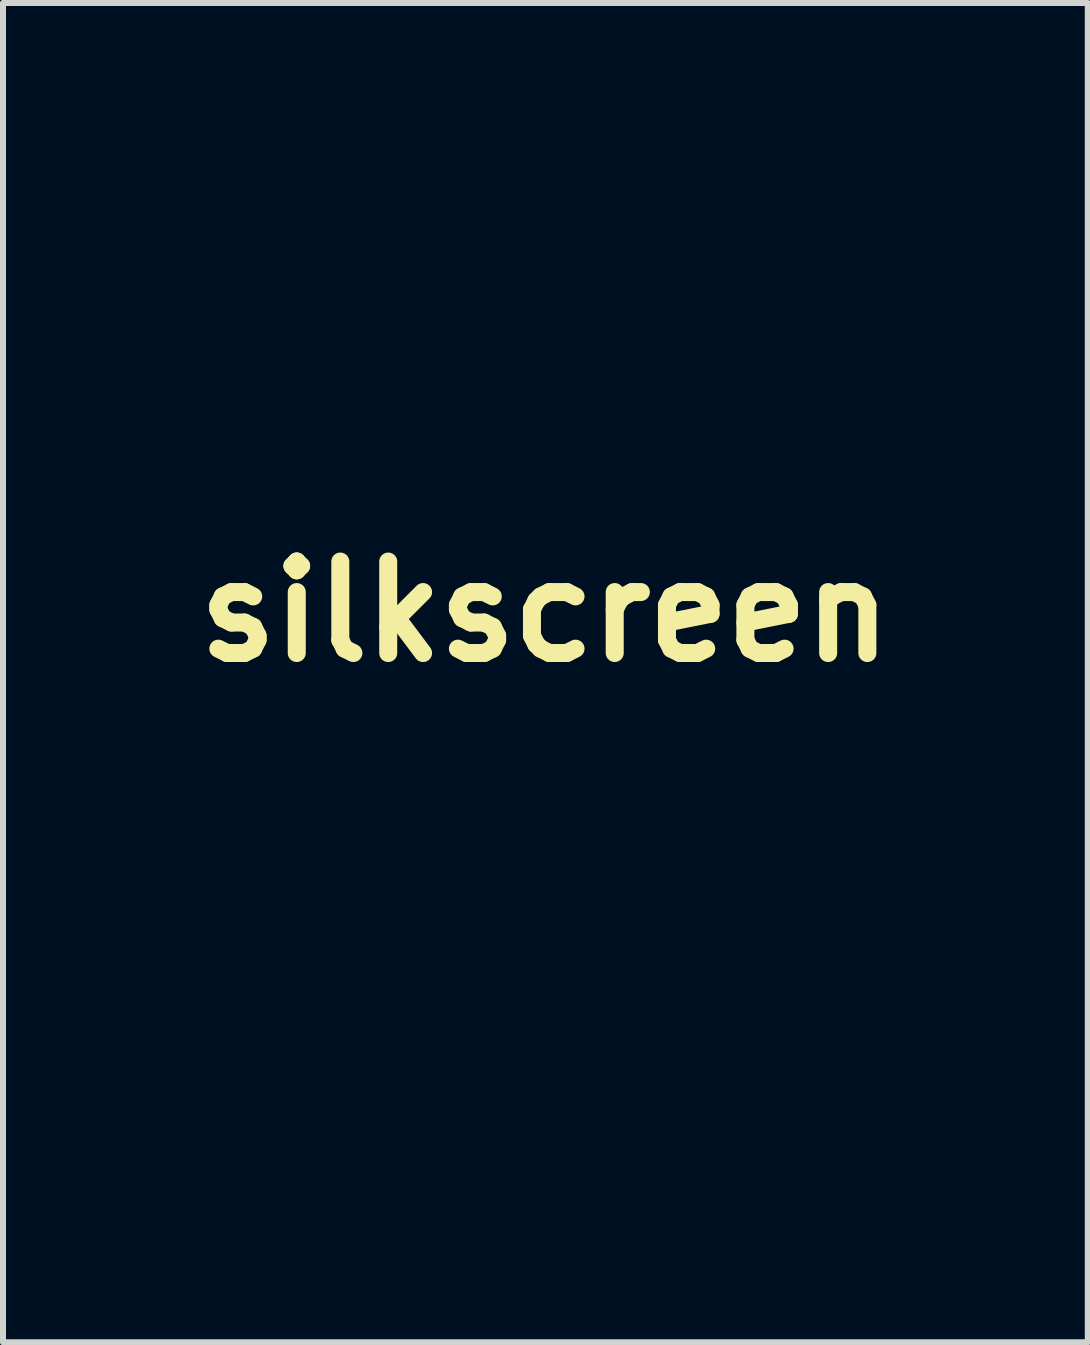
<source format=kicad_pcb>
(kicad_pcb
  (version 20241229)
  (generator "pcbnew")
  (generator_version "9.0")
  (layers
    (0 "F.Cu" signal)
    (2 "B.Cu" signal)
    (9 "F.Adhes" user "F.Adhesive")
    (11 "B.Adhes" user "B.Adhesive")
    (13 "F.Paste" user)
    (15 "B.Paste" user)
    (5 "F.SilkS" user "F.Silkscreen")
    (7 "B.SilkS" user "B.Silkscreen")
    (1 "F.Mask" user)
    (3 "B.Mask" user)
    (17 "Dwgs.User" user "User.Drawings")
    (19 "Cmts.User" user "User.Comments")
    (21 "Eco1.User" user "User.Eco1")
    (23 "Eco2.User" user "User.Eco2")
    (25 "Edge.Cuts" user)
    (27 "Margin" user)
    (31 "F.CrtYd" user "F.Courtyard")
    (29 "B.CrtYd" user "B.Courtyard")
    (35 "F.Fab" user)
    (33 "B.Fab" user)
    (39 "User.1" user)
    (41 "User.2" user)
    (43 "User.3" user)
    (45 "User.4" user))
  (footprint "silkscreen"
    (layer "F.Cu")
    (at 6.031 7.141)
    (property "Reference" "silkscreen" (at 0 0 0) (layer "F.SilkS") (effects (font (size 1.524 1.524) (thickness 0.3))))
    (attr through_hole)
    (fp_poly (pts (xy -3.796 4.088) (xy -3.756 4.333) (xy -3.738 4.661) (xy -3.745 5.006) (xy -3.771 5.243) (xy -3.82 5.408) (xy -3.879 5.424) (xy -3.931 5.295) (xy -3.943 5.222) (xy -3.971 4.87) (xy -3.969 4.513) (xy -3.94 4.212) (xy -3.889 4.024) (xy -3.852 3.991) (xy -3.796 4.088)) (stroke (width 0.01) (type solid)) (fill no) (layer "Eco2.User"))
    (fp_poly (pts (xy -3.796 6.144) (xy -3.756 6.389) (xy -3.738 6.717) (xy -3.745 7.062) (xy -3.771 7.299) (xy -3.82 7.464) (xy -3.879 7.481) (xy -3.931 7.351) (xy -3.943 7.278) (xy -3.971 6.926) (xy -3.969 6.57) (xy -3.94 6.268) (xy -3.889 6.08) (xy -3.852 6.048) (xy -3.796 6.144)) (stroke (width 0.01) (type solid)) (fill no) (layer "Eco2.User"))
    (fp_poly (pts (xy -2.229 -7.043) (xy -2.189 -6.791) (xy -2.177 -6.471) (xy -2.189 -6.162) (xy -2.206 -5.996) (xy -2.251 -5.841) (xy -2.309 -5.818) (xy -2.363 -5.923) (xy -2.383 -6.027) (xy -2.41 -6.364) (xy -2.405 -6.693) (xy -2.374 -6.962) (xy -2.321 -7.118) (xy -2.29 -7.136) (xy -2.229 -7.043)) (stroke (width 0.01) (type solid)) (fill no) (layer "Eco2.User"))
    (fp_poly (pts (xy -1.231 2.27) (xy -1.191 2.523) (xy -1.179 2.842) (xy -1.191 3.152) (xy -1.208 3.318) (xy -1.253 3.472) (xy -1.311 3.496) (xy -1.365 3.391) (xy -1.385 3.286) (xy -1.412 2.95) (xy -1.407 2.62) (xy -1.376 2.351) (xy -1.323 2.196) (xy -1.293 2.177) (xy -1.231 2.27)) (stroke (width 0.01) (type solid)) (fill no) (layer "Eco2.User"))
    (fp_poly (pts (xy -2.159 4.65) (xy -2.159 5.483) (xy -2.158 6.107) (xy -2.156 6.556) (xy -2.153 6.863) (xy -2.147 7.061) (xy -2.139 7.184) (xy -2.128 7.265) (xy -2.119 7.311) (xy -2.104 7.393) (xy -2.103 7.446) (xy -2.123 7.477) (xy -2.168 7.491) (xy -2.242 7.493) (xy -2.277 7.491) (xy -2.367 7.481) (xy -2.422 7.457) (xy -2.443 7.418) (xy -2.436 7.374) (xy -2.422 7.331) (xy -2.411 7.263) (xy -2.404 7.138) (xy -2.399 6.923) (xy -2.397 6.586) (xy -2.395 6.094) (xy -2.395 5.413) (xy -2.395 4.86) (xy -2.395 4.041) (xy -2.396 3.431) (xy -2.397 2.997) (xy -2.401 2.705) (xy -2.407 2.523) (xy -2.415 2.418) (xy -2.427 2.356) (xy -2.436 2.325) (xy -2.449 2.261) (xy -2.439 2.22) (xy -2.401 2.197) (xy -2.332 2.186) (xy -2.318 2.185) (xy -2.159 2.177) (xy -2.159 4.65)) (stroke (width 0.01) (type solid)) (fill no) (layer "Eco2.User"))
    (fp_poly (pts (xy -0.653 -4.664) (xy -0.653 -3.831) (xy -0.652 -3.206) (xy -0.65 -2.757) (xy -0.647 -2.45) (xy -0.641 -2.252) (xy -0.633 -2.129) (xy -0.622 -2.048) (xy -0.613 -2.003) (xy -0.598 -1.921) (xy -0.598 -1.867) (xy -0.617 -1.836) (xy -0.662 -1.823) (xy -0.736 -1.821) (xy -0.772 -1.822) (xy -0.861 -1.833) (xy -0.916 -1.857) (xy -0.937 -1.895) (xy -0.93 -1.939) (xy -0.916 -1.983) (xy -0.906 -2.051) (xy -0.898 -2.176) (xy -0.894 -2.39) (xy -0.891 -2.727) (xy -0.889 -3.22) (xy -0.889 -3.9) (xy -0.889 -4.453) (xy -0.889 -5.272) (xy -0.89 -5.882) (xy -0.892 -6.316) (xy -0.895 -6.608) (xy -0.901 -6.79) (xy -0.909 -6.896) (xy -0.921 -6.957) (xy -0.93 -6.989) (xy -0.943 -7.052) (xy -0.933 -7.093) (xy -0.895 -7.116) (xy -0.826 -7.127) (xy -0.812 -7.128) (xy -0.653 -7.136) (xy -0.653 -4.664)) (stroke (width 0.01) (type solid)) (fill no) (layer "Eco2.User"))
    (fp_poly (pts (xy -1.112 -5.231) (xy -1.033 -4.967) (xy -0.979 -4.542) (xy -0.97 -4.416) (xy -0.952 -4.11) (xy -0.944 -3.895) (xy -0.943 -3.874) (xy -0.961 -3.813) (xy -1.01 -3.771) (xy -1.087 -3.751) (xy -1.116 -3.75) (xy -1.289 -3.75) (xy -1.278 -3.417) (xy -1.248 -2.794) (xy -1.207 -2.397) (xy -1.155 -2.228) (xy -1.093 -2.289) (xy -1.074 -2.348) (xy -1.032 -2.548) (xy -1.007 -2.772) (xy -1.007 -2.781) (xy -0.987 -2.977) (xy -0.969 -3.024) (xy -0.955 -2.948) (xy -0.962 -2.758) (xy -0.985 -2.508) (xy -1.019 -2.252) (xy -1.058 -2.051) (xy -1.128 -1.877) (xy -1.215 -1.815) (xy -1.304 -1.867) (xy -1.378 -2.026) (xy -1.454 -2.388) (xy -1.499 -2.862) (xy -1.515 -3.475) (xy -1.515 -3.547) (xy -1.507 -3.87) (xy -1.285 -3.87) (xy -1.156 -3.87) (xy -1.166 -4.43) (xy -1.181 -4.882) (xy -1.204 -5.111) (xy -1.231 -5.118) (xy -1.255 -4.906) (xy -1.273 -4.476) (xy -1.275 -4.385) (xy -1.285 -3.87) (xy -1.507 -3.87) (xy -1.5 -4.199) (xy -1.456 -4.714) (xy -1.385 -5.079) (xy -1.289 -5.282) (xy -1.213 -5.321) (xy -1.112 -5.231)) (stroke (width 0.01) (type solid)) (fill no) (layer "Eco2.User"))
    (fp_poly (pts (xy 0.013 4.083) (xy 0.092 4.346) (xy 0.146 4.771) (xy 0.155 4.897) (xy 0.173 5.204) (xy 0.181 5.418) (xy 0.181 5.439) (xy 0.164 5.5) (xy 0.115 5.543) (xy 0.038 5.563) (xy 0.009 5.564) (xy -0.164 5.564) (xy -0.153 5.896) (xy -0.123 6.519) (xy -0.082 6.916) (xy -0.03 7.085) (xy 0.032 7.024) (xy 0.051 6.966) (xy 0.093 6.765) (xy 0.117 6.542) (xy 0.118 6.533) (xy 0.138 6.336) (xy 0.156 6.29) (xy 0.17 6.365) (xy 0.163 6.555) (xy 0.14 6.805) (xy 0.106 7.061) (xy 0.067 7.262) (xy -0.003 7.437) (xy -0.09 7.498) (xy -0.18 7.446) (xy -0.253 7.287) (xy -0.329 6.926) (xy -0.374 6.451) (xy -0.39 5.838) (xy -0.39 5.767) (xy -0.383 5.443) (xy -0.16 5.443) (xy -0.032 5.443) (xy -0.041 4.884) (xy -0.056 4.431) (xy -0.08 4.202) (xy -0.106 4.195) (xy -0.131 4.408) (xy -0.148 4.837) (xy -0.15 4.929) (xy -0.16 5.443) (xy -0.383 5.443) (xy -0.375 5.114) (xy -0.331 4.599) (xy -0.26 4.234) (xy -0.164 4.031) (xy -0.088 3.992) (xy 0.013 4.083)) (stroke (width 0.01) (type solid)) (fill no) (layer "Eco2.User"))
    (fp_poly (pts (xy 2.39 -5.231) (xy 2.469 -4.967) (xy 2.523 -4.542) (xy 2.532 -4.416) (xy 2.549 -4.11) (xy 2.558 -3.895) (xy 2.558 -3.874) (xy 2.541 -3.813) (xy 2.491 -3.771) (xy 2.414 -3.751) (xy 2.385 -3.75) (xy 2.213 -3.75) (xy 2.224 -3.417) (xy 2.253 -2.794) (xy 2.295 -2.397) (xy 2.346 -2.228) (xy 2.409 -2.289) (xy 2.428 -2.348) (xy 2.469 -2.548) (xy 2.494 -2.772) (xy 2.495 -2.781) (xy 2.515 -2.977) (xy 2.533 -3.024) (xy 2.547 -2.948) (xy 2.54 -2.758) (xy 2.517 -2.508) (xy 2.482 -2.252) (xy 2.444 -2.051) (xy 2.374 -1.877) (xy 2.286 -1.815) (xy 2.197 -1.867) (xy 2.124 -2.026) (xy 2.048 -2.388) (xy 2.003 -2.862) (xy 1.987 -3.475) (xy 1.987 -3.547) (xy 1.994 -3.87) (xy 2.217 -3.87) (xy 2.345 -3.87) (xy 2.336 -4.43) (xy 2.32 -4.882) (xy 2.297 -5.111) (xy 2.271 -5.118) (xy 2.246 -4.906) (xy 2.228 -4.476) (xy 2.226 -4.385) (xy 2.217 -3.87) (xy 1.994 -3.87) (xy 2.002 -4.199) (xy 2.046 -4.714) (xy 2.117 -5.079) (xy 2.213 -5.282) (xy 2.289 -5.321) (xy 2.39 -5.231)) (stroke (width 0.01) (type solid)) (fill no) (layer "Eco2.User"))
    (fp_poly (pts (xy 4.949 -7.115) (xy 5.073 -7.009) (xy 5.166 -6.784) (xy 5.228 -6.435) (xy 5.26 -5.962) (xy 5.265 -5.624) (xy 5.258 -5.249) (xy 5.233 -4.913) (xy 5.188 -4.597) (xy 5.117 -4.28) (xy 5.019 -3.942) (xy 4.906 -3.61) (xy 4.835 -3.41) (xy 4.989 -3.4) (xy 5.085 -3.403) (xy 5.152 -3.435) (xy 5.195 -3.51) (xy 5.223 -3.643) (xy 5.241 -3.848) (xy 5.246 -3.944) (xy 5.267 -4.236) (xy 5.285 -4.349) (xy 5.296 -4.267) (xy 5.298 -4.153) (xy 5.294 -3.948) (xy 5.286 -3.573) (xy 5.273 -3.095) (xy 5.267 -2.883) (xy 5.236 -1.814) (xy 4.547 -1.814) (xy 4.748 -3.175) (xy 4.825 -3.702) (xy 4.88 -4.098) (xy 4.918 -4.4) (xy 4.942 -4.647) (xy 4.957 -4.876) (xy 4.967 -5.124) (xy 4.969 -5.167) (xy 4.978 -5.803) (xy 4.965 -6.321) (xy 4.932 -6.697) (xy 4.882 -6.905) (xy 4.818 -6.918) (xy 4.78 -6.84) (xy 4.736 -6.684) (xy 4.72 -6.512) (xy 4.72 -6.383) (xy 4.74 -6.144) (xy 4.772 -6.069) (xy 4.826 -5.926) (xy 4.856 -5.653) (xy 4.857 -5.314) (xy 4.828 -4.975) (xy 4.826 -4.959) (xy 4.774 -4.753) (xy 4.713 -4.715) (xy 4.653 -4.823) (xy 4.604 -5.054) (xy 4.575 -5.383) (xy 4.572 -5.557) (xy 4.588 -5.987) (xy 4.632 -6.416) (xy 4.696 -6.778) (xy 4.727 -6.898) (xy 4.779 -7.04) (xy 4.831 -7.112) (xy 4.896 -7.127) (xy 4.949 -7.115)) (stroke (width 0.01) (type solid)) (fill no) (layer "Eco2.User"))
    (fp_poly (pts (xy -4.744 -3.956) (xy -4.739 -5.183) (xy -4.739 -5.726) (xy -4.742 -6.195) (xy -4.747 -6.527) (xy -4.752 -6.636) (xy -4.782 -6.822) (xy -4.828 -6.959) (xy -4.83 -6.962) (xy -4.864 -7.024) (xy -4.87 -7.059) (xy -4.844 -7.084) (xy -4.803 -7.106) (xy -4.727 -7.125) (xy -4.647 -7.116) (xy -4.631 -7.11) (xy -4.545 -7.071) (xy -4.608 -6.946) (xy -4.662 -6.757) (xy -4.683 -6.525) (xy -4.687 -6.311) (xy -4.691 -5.901) (xy -4.694 -5.339) (xy -4.696 -4.67) (xy -4.697 -4.022) (xy -4.699 -1.814) (xy -4.853 -1.816) (xy -5.098 -3.951) (xy -5.343 -6.086) (xy -5.348 -4.494) (xy -5.349 -3.658) (xy -5.347 -3.033) (xy -5.339 -2.592) (xy -5.326 -2.304) (xy -5.306 -2.142) (xy -5.278 -2.076) (xy -5.237 -2.002) (xy -5.217 -1.925) (xy -5.225 -1.873) (xy -5.266 -1.836) (xy -5.334 -1.818) (xy -5.371 -1.816) (xy -5.455 -1.827) (xy -5.504 -1.856) (xy -5.519 -1.906) (xy -5.515 -1.935) (xy -5.474 -2.041) (xy -5.457 -2.054) (xy -5.433 -2.093) (xy -5.416 -2.223) (xy -5.403 -2.475) (xy -5.395 -2.875) (xy -5.39 -3.451) (xy -5.389 -4.233) (xy -5.388 -4.509) (xy -5.389 -5.29) (xy -5.391 -5.866) (xy -5.397 -6.274) (xy -5.408 -6.552) (xy -5.426 -6.737) (xy -5.452 -6.866) (xy -5.488 -6.977) (xy -5.498 -7.001) (xy -5.508 -7.053) (xy -5.492 -7.09) (xy -5.447 -7.114) (xy -5.37 -7.126) (xy -5.324 -7.129) (xy -5.106 -7.136) (xy -4.744 -3.956)) (stroke (width 0.01) (type solid)) (fill no) (layer "Eco2.User"))
    (fp_poly (pts (xy -4.418 4.006) (xy -4.34 4.013) (xy -4.281 4.028) (xy -4.246 4.049) (xy -4.241 4.072) (xy -4.259 4.198) (xy -4.26 4.452) (xy -4.244 4.867) (xy -4.229 5.14) (xy -4.206 5.477) (xy -4.19 5.601) (xy -4.184 5.564) (xy -4.16 5.134) (xy -4.14 4.739) (xy -4.127 4.439) (xy -4.122 4.297) (xy -4.123 4.293) (xy -4.14 4.222) (xy -4.164 4.134) (xy -4.177 4.062) (xy -4.166 4.022) (xy -4.126 4.007) (xy -4.082 4.008) (xy -4.022 4.018) (xy -3.993 4.041) (xy -3.993 4.085) (xy -4.011 4.14) (xy -4.03 4.221) (xy -4.05 4.377) (xy -4.073 4.642) (xy -4.101 5.045) (xy -4.137 5.62) (xy -4.173 6.203) (xy -4.229 7.127) (xy -4.278 7.844) (xy -4.321 8.378) (xy -4.36 8.754) (xy -4.399 8.995) (xy -4.439 9.126) (xy -4.474 9.168) (xy -4.534 9.15) (xy -4.573 9.006) (xy -4.577 8.977) (xy -4.603 8.637) (xy -4.605 8.254) (xy -4.58 7.936) (xy -4.58 7.931) (xy -4.539 7.791) (xy -4.485 7.746) (xy -4.434 7.799) (xy -4.412 7.886) (xy -4.395 8.113) (xy -4.39 8.34) (xy -4.388 8.553) (xy -4.378 8.543) (xy -4.362 8.406) (xy -4.341 8.188) (xy -4.33 7.963) (xy -4.33 7.69) (xy -4.343 7.33) (xy -4.368 6.841) (xy -4.408 6.182) (xy -4.419 6) (xy -4.465 5.298) (xy -4.5 4.794) (xy -4.529 4.455) (xy -4.554 4.251) (xy -4.57 4.172) (xy -4.588 4.098) (xy -4.589 4.049) (xy -4.568 4.021) (xy -4.522 4.008) (xy -4.445 4.005) (xy -4.418 4.006)) (stroke (width 0.01) (type solid)) (fill no) (layer "Eco2.User"))
    (fp_poly (pts (xy -5.026 2.187) (xy -4.919 2.203) (xy -4.838 2.241) (xy -4.779 2.308) (xy -4.737 2.41) (xy -4.707 2.555) (xy -4.685 2.75) (xy -4.672 2.899) (xy -4.648 3.423) (xy -4.656 3.906) (xy -4.695 4.305) (xy -4.741 4.518) (xy -4.796 4.696) (xy -4.732 4.875) (xy -4.661 5.173) (xy -4.62 5.598) (xy -4.608 6.133) (xy -4.616 6.565) (xy -4.646 6.923) (xy -4.661 7.044) (xy -4.714 7.439) (xy -5.119 7.463) (xy -5.25 7.47) (xy -5.348 7.47) (xy -5.416 7.463) (xy -5.458 7.447) (xy -5.478 7.422) (xy -5.478 7.405) (xy -5.098 7.405) (xy -5.03 7.322) (xy -4.981 7.241) (xy -4.949 7.148) (xy -4.945 7.131) (xy -4.929 6.909) (xy -4.921 6.55) (xy -4.921 6.118) (xy -4.926 5.678) (xy -4.938 5.296) (xy -4.954 5.036) (xy -4.971 4.959) (xy -4.997 4.937) (xy -5.041 4.885) (xy -5.041 4.883) (xy -5.098 4.808) (xy -5.098 7.405) (xy -5.478 7.405) (xy -5.478 7.385) (xy -5.462 7.335) (xy -5.461 7.331) (xy -5.397 7.175) (xy -5.397 4.743) (xy -5.098 4.743) (xy -5.048 4.66) (xy -5.003 4.554) (xy -4.976 4.451) (xy -4.962 4.256) (xy -4.955 3.905) (xy -4.953 3.481) (xy -4.958 3.067) (xy -4.968 2.746) (xy -4.976 2.638) (xy -5.01 2.468) (xy -5.048 2.371) (xy -5.098 2.293) (xy -5.098 4.743) (xy -5.397 4.743) (xy -5.397 2.501) (xy -5.461 2.348) (xy -5.479 2.296) (xy -5.48 2.257) (xy -5.463 2.228) (xy -5.422 2.209) (xy -5.354 2.197) (xy -5.256 2.189) (xy -5.165 2.186) (xy -5.026 2.187)) (stroke (width 0.01) (type solid)) (fill no) (layer "Eco2.User"))
    (fp_poly (pts (xy -2.904 2.187) (xy -2.796 2.203) (xy -2.716 2.241) (xy -2.657 2.308) (xy -2.615 2.41) (xy -2.585 2.555) (xy -2.562 2.75) (xy -2.549 2.899) (xy -2.525 3.423) (xy -2.533 3.906) (xy -2.572 4.305) (xy -2.618 4.518) (xy -2.673 4.696) (xy -2.609 4.875) (xy -2.538 5.173) (xy -2.498 5.598) (xy -2.486 6.133) (xy -2.494 6.565) (xy -2.523 6.923) (xy -2.538 7.044) (xy -2.591 7.439) (xy -2.997 7.463) (xy -3.127 7.47) (xy -3.225 7.47) (xy -3.293 7.463) (xy -3.336 7.447) (xy -3.355 7.422) (xy -3.355 7.405) (xy -2.975 7.405) (xy -2.907 7.322) (xy -2.859 7.241) (xy -2.826 7.148) (xy -2.823 7.131) (xy -2.807 6.909) (xy -2.799 6.55) (xy -2.798 6.118) (xy -2.804 5.678) (xy -2.815 5.296) (xy -2.831 5.036) (xy -2.848 4.959) (xy -2.874 4.937) (xy -2.918 4.885) (xy -2.919 4.883) (xy -2.975 4.808) (xy -2.975 7.405) (xy -3.355 7.405) (xy -3.355 7.385) (xy -3.34 7.335) (xy -3.338 7.331) (xy -3.275 7.175) (xy -3.275 4.743) (xy -2.975 4.743) (xy -2.926 4.66) (xy -2.88 4.554) (xy -2.853 4.451) (xy -2.84 4.256) (xy -2.832 3.905) (xy -2.831 3.481) (xy -2.835 3.067) (xy -2.845 2.746) (xy -2.853 2.638) (xy -2.887 2.468) (xy -2.926 2.371) (xy -2.975 2.293) (xy -2.975 4.743) (xy -3.275 4.743) (xy -3.275 2.501) (xy -3.338 2.348) (xy -3.356 2.296) (xy -3.358 2.257) (xy -3.34 2.228) (xy -3.299 2.209) (xy -3.231 2.197) (xy -3.133 2.189) (xy -3.043 2.186) (xy -2.904 2.187)) (stroke (width 0.01) (type solid)) (fill no) (layer "Eco2.User"))
    (fp_poly (pts (xy 0.245 -5.594) (xy 0.3 -4.626) (xy 0.343 -3.859) (xy 0.377 -3.268) (xy 0.403 -2.83) (xy 0.423 -2.518) (xy 0.44 -2.309) (xy 0.453 -2.177) (xy 0.466 -2.098) (xy 0.48 -2.047) (xy 0.496 -2.001) (xy 0.515 -1.938) (xy 0.518 -1.893) (xy 0.502 -1.864) (xy 0.462 -1.846) (xy 0.395 -1.838) (xy 0.297 -1.836) (xy 0.272 -1.837) (xy 0.166 -1.84) (xy 0.094 -1.851) (xy 0.051 -1.87) (xy 0.034 -1.9) (xy 0.041 -1.942) (xy 0.052 -1.969) (xy 0.092 -2.08) (xy 0.106 -2.228) (xy 0.103 -2.47) (xy 0.09 -2.866) (xy 0.075 -3.175) (xy 0.059 -3.375) (xy 0.036 -3.474) (xy -0.007 -3.506) (xy -0.035 -3.508) (xy -0.089 -3.498) (xy -0.118 -3.439) (xy -0.134 -3.281) (xy -0.144 -3.054) (xy -0.161 -2.526) (xy -0.159 -2.197) (xy -0.139 -2.06) (xy -0.132 -2.054) (xy -0.088 -1.988) (xy -0.073 -1.935) (xy -0.072 -1.876) (xy -0.106 -1.837) (xy -0.173 -1.818) (xy -0.213 -1.816) (xy -0.286 -1.821) (xy -0.343 -1.835) (xy -0.376 -1.857) (xy -0.381 -1.87) (xy -0.365 -1.933) (xy -0.326 -2.023) (xy -0.311 -2.052) (xy -0.24 -2.179) (xy -0.165 -3.668) (xy -0.109 -3.668) (xy -0.093 -3.644) (xy -0.052 -3.63) (xy -0.03 -3.629) (xy 0.049 -3.629) (xy 0.011 -4.35) (xy -0.01 -4.707) (xy -0.028 -4.935) (xy -0.038 -4.985) (xy -0.049 -4.842) (xy -0.065 -4.554) (xy -0.084 -4.209) (xy -0.1 -3.892) (xy -0.108 -3.69) (xy -0.109 -3.668) (xy -0.165 -3.668) (xy -0.115 -4.658) (xy 0.009 -7.136) (xy 0.084 -7.136) (xy 0.159 -7.136) (xy 0.245 -5.594)) (stroke (width 0.01) (type solid)) (fill no) (layer "Eco2.User"))
    (fp_poly (pts (xy 5.829 -7.067) (xy 5.915 -6.865) (xy 5.973 -6.539) (xy 5.976 -6.517) (xy 6.001 -6.103) (xy 6.002 -5.654) (xy 5.977 -5.266) (xy 5.968 -5.191) (xy 5.943 -4.996) (xy 5.945 -4.867) (xy 5.956 -4.798) (xy 6.011 -4.354) (xy 6.038 -3.808) (xy 6.036 -3.225) (xy 6.005 -2.684) (xy 5.945 -2.259) (xy 5.858 -1.973) (xy 5.747 -1.834) (xy 5.697 -1.822) (xy 5.624 -1.85) (xy 5.558 -1.92) (xy 5.52 -1.994) (xy 5.437 -2.33) (xy 5.387 -2.755) (xy 5.378 -3.007) (xy 5.47 -3.007) (xy 5.471 -2.974) (xy 5.502 -2.592) (xy 5.556 -2.259) (xy 5.617 -2.06) (xy 5.665 -1.973) (xy 5.697 -1.962) (xy 5.732 -2.032) (xy 5.759 -2.106) (xy 5.813 -2.344) (xy 5.836 -2.654) (xy 5.826 -2.998) (xy 5.826 -2.999) (xy 5.804 -3.218) (xy 5.773 -3.396) (xy 5.725 -3.568) (xy 5.652 -3.768) (xy 5.636 -3.809) (xy 5.514 -4.115) (xy 5.487 -3.689) (xy 5.472 -3.329) (xy 5.47 -3.007) (xy 5.378 -3.007) (xy 5.37 -3.257) (xy 5.376 -3.621) (xy 5.399 -3.868) (xy 5.423 -4.004) (xy 5.477 -4.266) (xy 5.441 -4.586) (xy 5.401 -5.109) (xy 5.395 -5.629) (xy 5.417 -6.116) (xy 5.444 -6.343) (xy 5.628 -6.343) (xy 5.635 -5.992) (xy 5.668 -5.708) (xy 5.734 -5.464) (xy 5.762 -5.39) (xy 5.832 -5.253) (xy 5.879 -5.266) (xy 5.908 -5.439) (xy 5.921 -5.64) (xy 5.925 -6.122) (xy 5.897 -6.517) (xy 5.838 -6.804) (xy 5.811 -6.874) (xy 5.734 -6.958) (xy 5.675 -6.863) (xy 5.638 -6.602) (xy 5.628 -6.343) (xy 5.444 -6.343) (xy 5.466 -6.54) (xy 5.539 -6.871) (xy 5.63 -7.079) (xy 5.718 -7.136) (xy 5.829 -7.067)) (stroke (width 0.01) (type solid)) (fill no) (layer "Eco2.User"))
    (fp_poly (pts (xy -1.658 4.087) (xy -1.592 4.284) (xy -1.567 4.417) (xy -1.547 4.578) (xy -1.534 4.761) (xy -1.527 5.026) (xy -1.524 5.434) (xy -1.524 5.81) (xy -1.523 6.357) (xy -1.518 6.694) (xy -1.51 6.849) (xy -1.501 6.865) (xy -1.481 6.718) (xy -1.473 6.552) (xy -1.461 6.327) (xy -1.445 6.315) (xy -1.435 6.5) (xy -1.433 6.631) (xy -1.449 7.035) (xy -1.494 7.329) (xy -1.562 7.483) (xy -1.596 7.499) (xy -1.66 7.45) (xy -1.705 7.321) (xy -1.707 7.306) (xy -1.734 7.18) (xy -1.759 7.21) (xy -1.781 7.306) (xy -1.829 7.434) (xy -1.894 7.492) (xy -1.959 7.476) (xy -2.01 7.384) (xy -2.019 7.348) (xy -2.055 7.04) (xy -2.074 6.638) (xy -2.072 6.395) (xy -1.832 6.395) (xy -1.829 6.831) (xy -1.818 7.047) (xy -1.799 7.064) (xy -1.784 6.999) (xy -1.769 6.786) (xy -1.761 6.392) (xy -1.76 6.21) (xy -1.761 5.838) (xy -1.766 5.661) (xy -1.778 5.632) (xy -1.796 5.685) (xy -1.82 5.826) (xy -1.83 6.079) (xy -1.832 6.395) (xy -2.072 6.395) (xy -2.07 6.261) (xy -2.07 6.254) (xy -2.043 5.944) (xy -2.001 5.748) (xy -1.936 5.633) (xy -1.902 5.603) (xy -1.83 5.526) (xy -1.786 5.406) (xy -1.765 5.209) (xy -1.76 4.907) (xy -1.767 4.547) (xy -1.786 4.277) (xy -1.811 4.149) (xy -1.834 4.2) (xy -1.846 4.353) (xy -1.831 4.541) (xy -1.826 4.576) (xy -1.805 4.859) (xy -1.815 5.117) (xy -1.853 5.318) (xy -1.914 5.43) (xy -1.947 5.443) (xy -2.008 5.365) (xy -2.042 5.143) (xy -2.047 4.827) (xy -2.023 4.509) (xy -1.972 4.26) (xy -1.902 4.086) (xy -1.821 3.995) (xy -1.737 3.993) (xy -1.658 4.087)) (stroke (width 0.01) (type solid)) (fill no) (layer "Eco2.User"))
    (fp_poly (pts (xy -4.141 -5.23) (xy -4.062 -4.96) (xy -4.007 -4.52) (xy -3.998 -4.391) (xy -3.97 -3.949) (xy -3.942 -4.337) (xy -3.89 -4.818) (xy -3.816 -5.13) (xy -3.715 -5.287) (xy -3.691 -5.301) (xy -3.576 -5.264) (xy -3.485 -5.044) (xy -3.416 -4.639) (xy -3.409 -4.576) (xy -3.368 -4.018) (xy -3.36 -3.455) (xy -3.381 -2.923) (xy -3.427 -2.458) (xy -3.497 -2.095) (xy -3.585 -1.87) (xy -3.664 -1.814) (xy -3.773 -1.908) (xy -3.861 -2.178) (xy -3.926 -2.61) (xy -3.964 -3.185) (xy -3.968 -3.325) (xy -3.974 -3.598) (xy -3.719 -3.598) (xy -3.716 -2.846) (xy -3.706 -2.325) (xy -3.688 -2.024) (xy -3.665 -1.935) (xy -3.644 -2.029) (xy -3.629 -2.169) (xy -3.618 -2.436) (xy -3.612 -2.864) (xy -3.61 -3.385) (xy -3.611 -3.93) (xy -3.617 -4.432) (xy -3.626 -4.823) (xy -3.638 -5.027) (xy -3.659 -5.19) (xy -3.676 -5.16) (xy -3.692 -5.027) (xy -3.706 -4.823) (xy -3.715 -4.478) (xy -3.719 -3.953) (xy -3.719 -3.598) (xy -3.974 -3.598) (xy -3.978 -3.75) (xy -4.319 -3.75) (xy -4.308 -3.417) (xy -4.278 -2.794) (xy -4.237 -2.397) (xy -4.185 -2.228) (xy -4.123 -2.289) (xy -4.103 -2.348) (xy -4.062 -2.548) (xy -4.037 -2.772) (xy -4.037 -2.781) (xy -4.017 -2.977) (xy -3.999 -3.024) (xy -3.985 -2.948) (xy -3.992 -2.758) (xy -4.015 -2.508) (xy -4.049 -2.252) (xy -4.088 -2.051) (xy -4.158 -1.877) (xy -4.245 -1.815) (xy -4.334 -1.867) (xy -4.407 -2.026) (xy -4.483 -2.388) (xy -4.528 -2.862) (xy -4.545 -3.475) (xy -4.545 -3.547) (xy -4.537 -3.87) (xy -4.315 -3.87) (xy -4.186 -3.87) (xy -4.196 -4.43) (xy -4.211 -4.882) (xy -4.234 -5.111) (xy -4.261 -5.118) (xy -4.285 -4.906) (xy -4.303 -4.476) (xy -4.305 -4.385) (xy -4.315 -3.87) (xy -4.537 -3.87) (xy -4.53 -4.199) (xy -4.485 -4.714) (xy -4.415 -5.079) (xy -4.319 -5.282) (xy -4.243 -5.321) (xy -4.141 -5.23)) (stroke (width 0.01) (type solid)) (fill no) (layer "Eco2.User"))
    (fp_poly (pts (xy -1.179 5.622) (xy -1.179 6.277) (xy -1.178 6.73) (xy -1.175 7.02) (xy -1.168 7.188) (xy -1.158 7.273) (xy -1.142 7.315) (xy -1.135 7.327) (xy -1.094 7.355) (xy -1.071 7.322) (xy -1.063 7.167) (xy -1.057 6.798) (xy -1.053 6.246) (xy -1.052 5.757) (xy -1.052 5.373) (xy -0.816 5.373) (xy -0.813 5.865) (xy -0.809 6.394) (xy -0.803 6.839) (xy -0.796 7.139) (xy -0.792 7.227) (xy -0.762 7.362) (xy -0.726 7.346) (xy -0.701 7.188) (xy -0.7 7.187) (xy -0.696 6.99) (xy -0.692 6.612) (xy -0.69 6.116) (xy -0.689 5.758) (xy -0.691 5.118) (xy -0.697 4.678) (xy -0.707 4.399) (xy -0.717 4.287) (xy -0.737 4.138) (xy -0.754 4.149) (xy -0.78 4.334) (xy -0.782 4.353) (xy -0.8 4.515) (xy -0.81 4.701) (xy -0.815 4.969) (xy -0.816 5.373) (xy -1.052 5.373) (xy -1.053 5.134) (xy -1.054 4.709) (xy -1.059 4.439) (xy -1.067 4.281) (xy -1.079 4.191) (xy -1.093 4.139) (xy -1.106 4.076) (xy -1.096 4.035) (xy -1.059 4.011) (xy -0.99 4) (xy -0.975 4) (xy -0.886 4.01) (xy -0.834 4.053) (xy -0.816 4.127) (xy -0.808 4.191) (xy -0.789 4.113) (xy -0.749 4.021) (xy -0.676 4.006) (xy -0.65 4.016) (xy -0.583 4.066) (xy -0.54 4.155) (xy -0.508 4.315) (xy -0.496 4.4) (xy -0.477 4.571) (xy -0.464 4.758) (xy -0.457 5.02) (xy -0.454 5.41) (xy -0.454 5.985) (xy -0.454 5.998) (xy -0.453 6.565) (xy -0.451 6.938) (xy -0.445 7.163) (xy -0.435 7.287) (xy -0.419 7.357) (xy -0.413 7.374) (xy -0.418 7.407) (xy -0.457 7.434) (xy -0.53 7.456) (xy -0.634 7.473) (xy -0.768 7.483) (xy -0.925 7.488) (xy -1.096 7.486) (xy -1.232 7.477) (xy -1.334 7.462) (xy -1.403 7.44) (xy -1.441 7.41) (xy -1.448 7.373) (xy -1.447 7.368) (xy -1.433 7.287) (xy -1.424 7.139) (xy -1.419 6.883) (xy -1.416 6.476) (xy -1.415 5.876) (xy -1.415 5.758) (xy -1.415 5.134) (xy -1.417 4.71) (xy -1.421 4.44) (xy -1.429 4.281) (xy -1.442 4.191) (xy -1.456 4.139) (xy -1.469 4.076) (xy -1.459 4.035) (xy -1.422 4.011) (xy -1.352 4) (xy -1.338 4) (xy -1.179 3.991) (xy -1.179 5.622)) (stroke (width 0.01) (type solid)) (fill no) (layer "Eco2.User"))
    (fp_poly (pts (xy 2.8 4.005) (xy 2.849 4.049) (xy 2.866 4.126) (xy 2.867 4.137) (xy 2.872 4.221) (xy 2.888 4.137) (xy 2.922 4.041) (xy 2.978 3.997) (xy 3.043 4.003) (xy 3.104 4.057) (xy 3.148 4.157) (xy 3.151 4.171) (xy 3.182 4.286) (xy 3.202 4.24) (xy 3.212 4.171) (xy 3.248 4.046) (xy 3.317 3.994) (xy 3.339 3.991) (xy 3.408 4.014) (xy 3.455 4.098) (xy 3.494 4.272) (xy 3.496 4.283) (xy 3.519 4.423) (xy 3.533 4.571) (xy 3.543 4.778) (xy 3.548 5.098) (xy 3.551 5.582) (xy 3.553 5.886) (xy 3.557 6.503) (xy 3.562 6.92) (xy 3.571 7.18) (xy 3.584 7.325) (xy 3.588 7.348) (xy 3.59 7.393) (xy 3.577 7.428) (xy 3.543 7.455) (xy 3.487 7.475) (xy 3.406 7.488) (xy 3.295 7.496) (xy 3.153 7.499) (xy 3.093 7.499) (xy 2.941 7.498) (xy 2.823 7.495) (xy 2.733 7.487) (xy 2.67 7.474) (xy 2.628 7.454) (xy 2.606 7.426) (xy 2.598 7.389) (xy 2.603 7.34) (xy 2.609 7.311) (xy 2.626 7.21) (xy 2.638 7.076) (xy 2.645 6.859) (xy 2.648 6.511) (xy 2.649 5.983) (xy 2.649 5.804) (xy 2.649 5.8) (xy 2.885 5.8) (xy 2.886 6.364) (xy 2.889 6.836) (xy 2.893 7.166) (xy 2.897 7.302) (xy 2.924 7.358) (xy 2.938 7.351) (xy 2.95 7.297) (xy 2.959 7.147) (xy 2.965 6.865) (xy 2.969 6.411) (xy 2.971 5.915) (xy 3.211 5.915) (xy 3.212 6.454) (xy 3.215 6.9) (xy 3.219 7.2) (xy 3.223 7.297) (xy 3.256 7.379) (xy 3.293 7.313) (xy 3.309 7.187) (xy 3.317 6.922) (xy 3.321 6.502) (xy 3.321 5.994) (xy 3.318 5.464) (xy 3.313 4.981) (xy 3.305 4.609) (xy 3.296 4.424) (xy 3.276 4.277) (xy 3.257 4.317) (xy 3.242 4.41) (xy 3.228 4.549) (xy 3.219 4.77) (xy 3.213 5.122) (xy 3.211 5.649) (xy 3.211 5.915) (xy 2.971 5.915) (xy 2.971 5.814) (xy 2.972 5.09) (xy 2.969 4.584) (xy 2.961 4.276) (xy 2.947 4.144) (xy 2.926 4.165) (xy 2.913 4.229) (xy 2.9 4.348) (xy 2.892 4.565) (xy 2.887 4.923) (xy 2.885 5.462) (xy 2.885 5.8) (xy 2.649 5.8) (xy 2.648 5.214) (xy 2.646 4.815) (xy 2.639 4.556) (xy 2.629 4.386) (xy 2.612 4.255) (xy 2.609 4.238) (xy 2.569 3.991) (xy 2.718 3.991) (xy 2.8 4.005)) (stroke (width 0.01) (type solid)) (fill no) (layer "Eco2.User"))
    (fp_poly (pts (xy 0.787 -6.694) (xy 0.796 -6.421) (xy 0.798 -6.048) (xy 0.798 -5.322) (xy 1.016 -5.322) (xy 1.116 -5.314) (xy 1.184 -5.289) (xy 1.222 -5.244) (xy 1.234 -5.177) (xy 1.234 -5.177) (xy 1.239 -5.093) (xy 1.255 -5.177) (xy 1.289 -5.272) (xy 1.345 -5.316) (xy 1.41 -5.31) (xy 1.471 -5.256) (xy 1.515 -5.156) (xy 1.518 -5.143) (xy 1.549 -5.028) (xy 1.569 -5.073) (xy 1.579 -5.143) (xy 1.615 -5.267) (xy 1.684 -5.32) (xy 1.707 -5.322) (xy 1.775 -5.3) (xy 1.822 -5.215) (xy 1.861 -5.041) (xy 1.863 -5.03) (xy 1.886 -4.89) (xy 1.901 -4.742) (xy 1.91 -4.535) (xy 1.915 -4.215) (xy 1.918 -3.732) (xy 1.92 -3.428) (xy 1.924 -2.81) (xy 1.93 -2.393) (xy 1.938 -2.133) (xy 1.951 -1.988) (xy 1.955 -1.965) (xy 1.958 -1.921) (xy 1.944 -1.885) (xy 1.911 -1.858) (xy 1.855 -1.839) (xy 1.773 -1.825) (xy 1.662 -1.818) (xy 1.52 -1.815) (xy 1.46 -1.814) (xy 1.308 -1.815) (xy 1.19 -1.819) (xy 1.1 -1.826) (xy 1.037 -1.839) (xy 0.995 -1.859) (xy 0.973 -1.887) (xy 0.965 -1.925) (xy 0.97 -1.973) (xy 0.976 -2.003) (xy 0.994 -2.103) (xy 1.005 -2.238) (xy 1.012 -2.455) (xy 1.015 -2.804) (xy 1.016 -3.333) (xy 1.016 -3.506) (xy 1.016 -3.513) (xy 1.252 -3.513) (xy 1.253 -2.95) (xy 1.256 -2.477) (xy 1.26 -2.147) (xy 1.265 -2.012) (xy 1.292 -1.956) (xy 1.305 -1.963) (xy 1.318 -2.016) (xy 1.326 -2.166) (xy 1.332 -2.449) (xy 1.336 -2.902) (xy 1.338 -3.398) (xy 1.578 -3.398) (xy 1.579 -2.859) (xy 1.582 -2.413) (xy 1.587 -2.114) (xy 1.591 -2.016) (xy 1.624 -1.934) (xy 1.66 -2) (xy 1.676 -2.127) (xy 1.684 -2.391) (xy 1.688 -2.811) (xy 1.688 -3.319) (xy 1.686 -3.849) (xy 1.68 -4.333) (xy 1.672 -4.704) (xy 1.663 -4.889) (xy 1.643 -5.037) (xy 1.624 -4.996) (xy 1.609 -4.903) (xy 1.595 -4.765) (xy 1.586 -4.543) (xy 1.581 -4.192) (xy 1.579 -3.664) (xy 1.578 -3.398) (xy 1.338 -3.398) (xy 1.339 -3.499) (xy 1.34 -4.224) (xy 1.336 -4.729) (xy 1.328 -5.037) (xy 1.314 -5.17) (xy 1.293 -5.148) (xy 1.28 -5.084) (xy 1.267 -4.966) (xy 1.259 -4.748) (xy 1.254 -4.39) (xy 1.252 -3.851) (xy 1.252 -3.513) (xy 1.016 -3.513) (xy 1.015 -4.123) (xy 1.011 -4.545) (xy 1.004 -4.815) (xy 0.992 -4.979) (xy 0.986 -5.018) (xy 0.953 -5.147) (xy 0.931 -5.147) (xy 0.893 -5.097) (xy 0.851 -5.08) (xy 0.798 -5.08) (xy 0.798 -3.758) (xy 0.8 -3.127) (xy 0.804 -2.696) (xy 0.812 -2.423) (xy 0.824 -2.265) (xy 0.826 -2.251) (xy 0.863 -2.125) (xy 0.896 -2.217) (xy 0.918 -2.506) (xy 0.919 -2.555) (xy 0.932 -2.803) (xy 0.946 -2.903) (xy 0.96 -2.81) (xy 0.96 -2.585) (xy 0.947 -2.312) (xy 0.925 -2.079) (xy 0.895 -1.92) (xy 0.855 -1.84) (xy 0.792 -1.815) (xy 0.781 -1.814) (xy 0.713 -1.835) (xy 0.666 -1.916) (xy 0.626 -2.087) (xy 0.618 -2.127) (xy 0.562 -2.441) (xy 0.562 -3.76) (xy 0.562 -4.34) (xy 0.56 -4.719) (xy 0.555 -4.941) (xy 0.546 -5.047) (xy 0.533 -5.079) (xy 0.526 -5.08) (xy 0.495 -5.121) (xy 0.496 -5.232) (xy 0.528 -5.394) (xy 0.551 -5.473) (xy 0.598 -5.679) (xy 0.651 -5.995) (xy 0.682 -6.221) (xy 0.732 -6.59) (xy 0.766 -6.749) (xy 0.787 -6.694)) (stroke (width 0.01) (type solid)) (fill no) (layer "Eco2.User"))
    (fp_poly (pts (xy 4.039 4.087) (xy 4.105 4.284) (xy 4.13 4.417) (xy 4.15 4.578) (xy 4.163 4.761) (xy 4.17 5.026) (xy 4.173 5.434) (xy 4.173 5.81) (xy 4.174 6.357) (xy 4.179 6.694) (xy 4.187 6.849) (xy 4.196 6.865) (xy 4.216 6.718) (xy 4.224 6.552) (xy 4.235 6.344) (xy 4.247 6.29) (xy 4.261 6.387) (xy 4.263 6.62) (xy 4.254 6.902) (xy 4.235 7.146) (xy 4.232 7.171) (xy 4.211 7.34) (xy 4.216 7.381) (xy 4.236 7.36) (xy 4.251 7.325) (xy 4.262 7.235) (xy 4.269 7.052) (xy 4.273 6.735) (xy 4.276 6.244) (xy 4.278 5.794) (xy 4.279 5.373) (xy 4.518 5.373) (xy 4.521 5.865) (xy 4.525 6.394) (xy 4.531 6.839) (xy 4.538 7.139) (xy 4.542 7.227) (xy 4.572 7.362) (xy 4.608 7.346) (xy 4.633 7.188) (xy 4.634 7.187) (xy 4.638 6.99) (xy 4.642 6.612) (xy 4.644 6.116) (xy 4.645 5.758) (xy 4.643 5.118) (xy 4.637 4.678) (xy 4.627 4.399) (xy 4.617 4.287) (xy 4.597 4.138) (xy 4.58 4.149) (xy 4.554 4.334) (xy 4.552 4.353) (xy 4.534 4.515) (xy 4.524 4.701) (xy 4.519 4.969) (xy 4.518 5.373) (xy 4.279 5.373) (xy 4.28 5.164) (xy 4.279 4.733) (xy 4.276 4.457) (xy 4.27 4.295) (xy 4.258 4.203) (xy 4.241 4.141) (xy 4.228 4.077) (xy 4.237 4.035) (xy 4.273 4.012) (xy 4.341 4.001) (xy 4.359 4) (xy 4.448 4.01) (xy 4.5 4.053) (xy 4.518 4.127) (xy 4.526 4.191) (xy 4.545 4.113) (xy 4.585 4.021) (xy 4.658 4.006) (xy 4.684 4.016) (xy 4.751 4.066) (xy 4.794 4.155) (xy 4.826 4.315) (xy 4.838 4.4) (xy 4.857 4.571) (xy 4.87 4.758) (xy 4.877 5.02) (xy 4.88 5.41) (xy 4.88 5.985) (xy 4.88 5.998) (xy 4.881 6.566) (xy 4.883 6.938) (xy 4.889 7.163) (xy 4.899 7.288) (xy 4.915 7.358) (xy 4.921 7.375) (xy 4.918 7.411) (xy 4.879 7.44) (xy 4.807 7.462) (xy 4.702 7.478) (xy 4.565 7.485) (xy 4.491 7.486) (xy 4.344 7.485) (xy 4.23 7.478) (xy 4.143 7.465) (xy 4.081 7.445) (xy 4.037 7.415) (xy 4.009 7.374) (xy 3.992 7.32) (xy 3.988 7.299) (xy 3.962 7.179) (xy 3.937 7.214) (xy 3.916 7.306) (xy 3.868 7.434) (xy 3.803 7.492) (xy 3.738 7.476) (xy 3.687 7.384) (xy 3.678 7.348) (xy 3.641 7.04) (xy 3.622 6.638) (xy 3.625 6.395) (xy 3.864 6.395) (xy 3.868 6.831) (xy 3.878 7.047) (xy 3.898 7.064) (xy 3.913 6.999) (xy 3.928 6.786) (xy 3.936 6.392) (xy 3.937 6.21) (xy 3.936 5.838) (xy 3.931 5.661) (xy 3.919 5.632) (xy 3.901 5.685) (xy 3.877 5.826) (xy 3.867 6.079) (xy 3.864 6.395) (xy 3.625 6.395) (xy 3.627 6.261) (xy 3.627 6.254) (xy 3.654 5.944) (xy 3.695 5.748) (xy 3.761 5.633) (xy 3.794 5.603) (xy 3.867 5.526) (xy 3.911 5.406) (xy 3.932 5.209) (xy 3.937 4.907) (xy 3.93 4.547) (xy 3.911 4.277) (xy 3.886 4.149) (xy 3.862 4.2) (xy 3.85 4.353) (xy 3.866 4.541) (xy 3.871 4.576) (xy 3.892 4.859) (xy 3.882 5.117) (xy 3.844 5.318) (xy 3.783 5.43) (xy 3.75 5.443) (xy 3.689 5.365) (xy 3.655 5.143) (xy 3.65 4.827) (xy 3.674 4.509) (xy 3.725 4.26) (xy 3.795 4.086) (xy 3.876 3.995) (xy 3.96 3.993) (xy 4.039 4.087)) (stroke (width 0.01) (type solid)) (fill no) (layer "Eco2.User"))
    (fp_poly (pts (xy -2.857 -7.125) (xy -2.75 -7.107) (xy -2.668 -7.066) (xy -2.608 -6.994) (xy -2.565 -6.885) (xy -2.533 -6.732) (xy -2.508 -6.528) (xy -2.498 -6.42) (xy -2.476 -6.051) (xy -2.467 -5.696) (xy -2.467 -5.322) (xy -2.177 -5.322) (xy -2.177 -3.697) (xy -2.177 -3.04) (xy -2.175 -2.585) (xy -2.171 -2.292) (xy -2.165 -2.122) (xy -2.154 -2.036) (xy -2.142 -1.997) (xy -2.101 -1.98) (xy -2.057 -2.119) (xy -2.006 -2.437) (xy -1.97 -2.713) (xy -1.903 -3.262) (xy -1.979 -4.115) (xy -2.021 -4.54) (xy -2.063 -4.896) (xy -2.097 -5.117) (xy -2.103 -5.141) (xy -2.12 -5.214) (xy -2.121 -5.262) (xy -2.101 -5.29) (xy -2.055 -5.303) (xy -1.98 -5.304) (xy -1.941 -5.303) (xy -1.863 -5.295) (xy -1.803 -5.28) (xy -1.769 -5.261) (xy -1.764 -5.239) (xy -1.764 -5.239) (xy -1.79 -5.155) (xy -1.794 -4.991) (xy -1.777 -4.687) (xy -1.775 -4.662) (xy -1.755 -4.42) (xy -1.736 -4.388) (xy -1.713 -4.571) (xy -1.7 -4.71) (xy -1.68 -4.956) (xy -1.68 -5.085) (xy -1.699 -5.185) (xy -1.701 -5.19) (xy -1.711 -5.26) (xy -1.694 -5.3) (xy -1.645 -5.317) (xy -1.626 -5.318) (xy -1.519 -5.322) (xy -1.578 -5.05) (xy -1.631 -4.764) (xy -1.677 -4.438) (xy -1.679 -4.415) (xy -1.72 -4.052) (xy -1.641 -3.145) (xy -1.599 -2.7) (xy -1.556 -2.319) (xy -1.52 -2.066) (xy -1.512 -2.027) (xy -1.491 -1.936) (xy -1.484 -1.877) (xy -1.497 -1.842) (xy -1.532 -1.827) (xy -1.596 -1.825) (xy -1.669 -1.829) (xy -1.748 -1.838) (xy -1.807 -1.855) (xy -1.842 -1.875) (xy -1.846 -1.898) (xy -1.846 -1.898) (xy -1.821 -1.985) (xy -1.817 -2.155) (xy -1.835 -2.459) (xy -1.842 -2.546) (xy -1.867 -2.812) (xy -1.889 -2.875) (xy -1.916 -2.732) (xy -1.941 -2.521) (xy -1.967 -2.269) (xy -1.972 -2.127) (xy -1.957 -2.016) (xy -1.95 -1.977) (xy -1.941 -1.915) (xy -1.949 -1.871) (xy -1.977 -1.842) (xy -2.029 -1.825) (xy -2.11 -1.818) (xy -2.196 -1.818) (xy -2.309 -1.825) (xy -2.387 -1.842) (xy -2.433 -1.871) (xy -2.449 -1.914) (xy -2.445 -1.945) (xy -2.431 -2.026) (xy -2.422 -2.173) (xy -2.417 -2.429) (xy -2.414 -2.834) (xy -2.413 -3.432) (xy -2.413 -3.564) (xy -2.415 -4.278) (xy -2.42 -4.766) (xy -2.43 -5.043) (xy -2.445 -5.123) (xy -2.468 -5.022) (xy -2.495 -4.788) (xy -2.535 -4.47) (xy -2.584 -4.265) (xy -2.65 -4.154) (xy -2.743 -4.115) (xy -2.762 -4.114) (xy -2.903 -4.112) (xy -2.903 -2.099) (xy -2.835 -1.972) (xy -2.815 -1.924) (xy -2.817 -1.889) (xy -2.844 -1.865) (xy -2.898 -1.85) (xy -2.984 -1.841) (xy -3.057 -1.839) (xy -3.164 -1.838) (xy -3.239 -1.844) (xy -3.285 -1.859) (xy -3.306 -1.884) (xy -3.305 -1.923) (xy -3.287 -1.978) (xy -3.284 -1.985) (xy -3.22 -2.138) (xy -3.22 -5.649) (xy -2.903 -5.649) (xy -2.903 -4.267) (xy -2.858 -4.324) (xy -2.814 -4.441) (xy -2.79 -4.568) (xy -2.777 -4.804) (xy -2.769 -5.23) (xy -2.767 -5.639) (xy -2.77 -6.189) (xy -2.782 -6.552) (xy -2.807 -6.779) (xy -2.849 -6.922) (xy -2.862 -6.95) (xy -2.88 -6.978) (xy -2.891 -6.951) (xy -2.898 -6.832) (xy -2.902 -6.581) (xy -2.903 -6.159) (xy -2.903 -5.649) (xy -3.22 -5.649) (xy -3.22 -6.812) (xy -3.284 -6.965) (xy -3.302 -7.018) (xy -3.304 -7.057) (xy -3.286 -7.086) (xy -3.245 -7.105) (xy -3.177 -7.117) (xy -3.079 -7.124) (xy -2.996 -7.127) (xy -2.857 -7.125)) (stroke (width 0.01) (type solid)) (fill no) (layer "Eco2.User"))
    (fp_poly (pts (xy 1.306 3.991) (xy 1.597 3.991) (xy 1.597 5.549) (xy 1.597 6.226) (xy 1.6 6.699) (xy 1.606 7.007) (xy 1.615 7.187) (xy 1.624 7.257) (xy 1.653 7.347) (xy 1.678 7.257) (xy 1.691 7.135) (xy 1.699 6.905) (xy 1.703 6.528) (xy 1.705 5.963) (xy 1.705 5.693) (xy 1.705 4.28) (xy 1.656 4.149) (xy 1.637 4.087) (xy 1.641 4.046) (xy 1.672 4.022) (xy 1.732 4.008) (xy 1.773 4.004) (xy 1.941 3.991) (xy 1.941 7.253) (xy 1.989 7.333) (xy 2.028 7.355) (xy 2.055 7.252) (xy 2.073 6.998) (xy 2.083 6.564) (xy 2.086 5.923) (xy 2.086 5.752) (xy 2.085 5.151) (xy 2.081 4.742) (xy 2.073 4.476) (xy 2.058 4.306) (xy 2.034 4.181) (xy 2.023 4.136) (xy 2.012 4.07) (xy 2.023 4.028) (xy 2.062 4.004) (xy 2.132 3.996) (xy 2.145 3.995) (xy 2.223 4) (xy 2.271 4.024) (xy 2.296 4.075) (xy 2.304 4.16) (xy 2.304 4.181) (xy 2.307 4.307) (xy 2.322 4.254) (xy 2.333 4.181) (xy 2.373 4.047) (xy 2.435 3.992) (xy 2.44 3.991) (xy 2.498 4.025) (xy 2.535 4.155) (xy 2.557 4.31) (xy 2.589 4.7) (xy 2.587 5.044) (xy 2.558 5.322) (xy 2.505 5.543) (xy 2.449 5.575) (xy 2.398 5.446) (xy 2.361 5.185) (xy 2.347 4.821) (xy 2.35 4.639) (xy 2.355 4.424) (xy 2.349 4.419) (xy 2.342 4.475) (xy 2.334 4.668) (xy 2.328 5.044) (xy 2.324 5.544) (xy 2.323 5.938) (xy 2.323 6.511) (xy 2.325 6.889) (xy 2.331 7.12) (xy 2.341 7.252) (xy 2.357 7.332) (xy 2.363 7.352) (xy 2.367 7.394) (xy 2.348 7.427) (xy 2.304 7.452) (xy 2.232 7.469) (xy 2.129 7.479) (xy 1.994 7.483) (xy 1.934 7.484) (xy 1.464 7.482) (xy 1.413 7.137) (xy 1.389 6.973) (xy 1.375 6.813) (xy 1.366 6.601) (xy 1.362 6.283) (xy 1.361 5.804) (xy 1.361 5.513) (xy 1.36 4.93) (xy 1.357 4.551) (xy 1.351 4.335) (xy 1.341 4.244) (xy 1.333 4.233) (xy 1.309 4.33) (xy 1.306 4.415) (xy 1.3 4.588) (xy 1.281 4.551) (xy 1.253 4.317) (xy 1.218 3.9) (xy 1.218 3.9) (xy 1.161 3.263) (xy 1.102 2.795) (xy 1.044 2.523) (xy 1.022 2.477) (xy 0.969 2.404) (xy 0.934 2.356) (xy 0.889 2.293) (xy 0.889 3.513) (xy 0.889 4.065) (xy 0.891 4.415) (xy 0.896 4.605) (xy 0.905 4.677) (xy 0.921 4.671) (xy 0.93 4.654) (xy 0.984 4.448) (xy 1.022 4.115) (xy 1.034 3.797) (xy 1.044 3.563) (xy 1.061 3.508) (xy 1.073 3.545) (xy 1.082 3.685) (xy 1.086 3.963) (xy 1.088 4.419) (xy 1.089 4.848) (xy 1.087 5.465) (xy 1.084 5.868) (xy 1.078 6.084) (xy 1.068 6.142) (xy 1.066 6.139) (xy 1.048 5.998) (xy 1.033 5.719) (xy 1.032 5.693) (xy 1.007 5.252) (xy 0.961 4.985) (xy 0.93 4.903) (xy 0.908 4.873) (xy 0.896 4.922) (xy 0.891 5.097) (xy 0.889 5.446) (xy 0.889 5.661) (xy 0.891 6.304) (xy 0.897 6.747) (xy 0.91 7.036) (xy 0.932 7.212) (xy 0.965 7.32) (xy 0.977 7.344) (xy 0.995 7.391) (xy 0.991 7.426) (xy 0.962 7.449) (xy 0.904 7.464) (xy 0.814 7.473) (xy 0.753 7.475) (xy 0.646 7.475) (xy 0.571 7.469) (xy 0.525 7.455) (xy 0.504 7.429) (xy 0.505 7.39) (xy 0.523 7.336) (xy 0.526 7.328) (xy 0.59 7.175) (xy 0.59 2.501) (xy 0.526 2.348) (xy 0.51 2.3) (xy 0.509 2.262) (xy 0.528 2.234) (xy 0.569 2.214) (xy 0.635 2.2) (xy 0.73 2.192) (xy 0.858 2.187) (xy 0.884 2.186) (xy 1.306 2.177) (xy 1.306 3.991)) (stroke (width 0.01) (type solid)) (fill no) (layer "Eco2.User"))
    (fp_poly (pts (xy 4.249 -7.098) (xy 4.325 -7.006) (xy 4.348 -6.953) (xy 4.415 -6.702) (xy 4.451 -6.379) (xy 4.463 -5.932) (xy 4.463 -5.918) (xy 4.451 -5.534) (xy 4.419 -5.2) (xy 4.377 -4.991) (xy 4.353 -4.957) (xy 4.351 -4.905) (xy 4.376 -4.776) (xy 4.4 -4.682) (xy 4.458 -4.39) (xy 4.493 -3.997) (xy 4.499 -3.892) (xy 4.515 -3.55) (xy 4.515 -3.308) (xy 4.499 -3.04) (xy 4.49 -2.928) (xy 4.433 -2.46) (xy 4.347 -2.123) (xy 4.231 -1.915) (xy 4.119 -1.841) (xy 4.039 -1.826) (xy 3.982 -1.847) (xy 3.936 -1.917) (xy 3.891 -2.048) (xy 3.879 -2.089) (xy 3.793 -2.382) (xy 3.753 -2.098) (xy 3.704 -1.897) (xy 3.639 -1.809) (xy 3.572 -1.838) (xy 3.52 -1.992) (xy 3.518 -2.008) (xy 3.491 -2.133) (xy 3.467 -2.104) (xy 3.444 -2.008) (xy 3.394 -1.877) (xy 3.327 -1.82) (xy 3.259 -1.841) (xy 3.212 -1.933) (xy 3.177 -2.172) (xy 3.155 -2.538) (xy 3.151 -2.919) (xy 3.393 -2.919) (xy 3.396 -2.483) (xy 3.407 -2.266) (xy 3.426 -2.249) (xy 3.441 -2.314) (xy 3.457 -2.528) (xy 3.465 -2.921) (xy 3.465 -3.103) (xy 3.464 -3.475) (xy 3.459 -3.653) (xy 3.447 -3.682) (xy 3.429 -3.629) (xy 3.406 -3.487) (xy 3.395 -3.234) (xy 3.393 -2.919) (xy 3.151 -2.919) (xy 3.151 -2.92) (xy 3.156 -3.064) (xy 3.182 -3.372) (xy 3.224 -3.567) (xy 3.291 -3.681) (xy 3.323 -3.71) (xy 3.396 -3.787) (xy 3.439 -3.908) (xy 3.46 -4.105) (xy 3.465 -4.406) (xy 3.458 -4.766) (xy 3.439 -5.036) (xy 3.414 -5.164) (xy 3.391 -5.113) (xy 3.379 -4.96) (xy 3.394 -4.772) (xy 3.399 -4.737) (xy 3.42 -4.454) (xy 3.41 -4.195) (xy 3.372 -3.994) (xy 3.311 -3.883) (xy 3.28 -3.87) (xy 3.217 -3.944) (xy 3.182 -4.163) (xy 3.175 -4.393) (xy 3.171 -4.551) (xy 3.152 -4.496) (xy 3.148 -4.476) (xy 3.109 -4.378) (xy 3.078 -4.38) (xy 3.048 -4.383) (xy 3.037 -4.238) (xy 3.036 -4.101) (xy 3.02 -3.653) (xy 2.98 -3.257) (xy 2.926 -3.013) (xy 2.88 -2.947) (xy 2.816 -2.916) (xy 2.782 -2.918) (xy 2.714 -2.919) (xy 2.678 -2.869) (xy 2.669 -2.759) (xy 2.675 -2.669) (xy 2.699 -2.608) (xy 2.752 -2.564) (xy 2.829 -2.542) (xy 2.86 -2.54) (xy 2.941 -2.536) (xy 2.995 -2.516) (xy 3.03 -2.464) (xy 3.056 -2.367) (xy 3.082 -2.211) (xy 3.086 -2.186) (xy 3.13 -1.751) (xy 3.141 -1.294) (xy 3.121 -0.858) (xy 3.071 -0.485) (xy 3.006 -0.25) (xy 2.962 -0.189) (xy 2.896 -0.149) (xy 2.82 -0.132) (xy 2.747 -0.14) (xy 2.689 -0.173) (xy 2.667 -0.207) (xy 2.614 -0.416) (xy 2.584 -0.694) (xy 2.582 -0.829) (xy 2.65 -0.829) (xy 2.661 -0.592) (xy 2.67 -0.532) (xy 2.735 -0.372) (xy 2.818 -0.308) (xy 2.905 -0.339) (xy 2.98 -0.465) (xy 3.007 -0.556) (xy 3.038 -0.767) (xy 3.048 -0.956) (xy 3.032 -1.167) (xy 3.007 -1.254) (xy 2.965 -1.295) (xy 2.901 -1.319) (xy 2.829 -1.327) (xy 2.759 -1.317) (xy 2.703 -1.29) (xy 2.678 -1.257) (xy 2.656 -1.092) (xy 2.65 -0.829) (xy 2.582 -0.829) (xy 2.581 -0.985) (xy 2.603 -1.208) (xy 2.619 -1.338) (xy 2.613 -1.493) (xy 2.594 -1.663) (xy 2.563 -2.079) (xy 2.567 -2.487) (xy 2.608 -2.891) (xy 2.61 -2.907) (xy 2.643 -3.135) (xy 2.651 -3.272) (xy 2.639 -3.397) (xy 2.629 -3.46) (xy 2.603 -3.752) (xy 2.595 -4.137) (xy 2.777 -4.137) (xy 2.781 -3.727) (xy 2.791 -3.375) (xy 2.806 -3.137) (xy 2.826 -3.07) (xy 2.83 -3.084) (xy 2.839 -3.233) (xy 2.845 -3.559) (xy 2.848 -4) (xy 2.848 -4.112) (xy 2.845 -4.657) (xy 2.839 -4.912) (xy 2.996 -4.912) (xy 3.002 -4.842) (xy 3.01 -4.838) (xy 3.029 -4.935) (xy 3.037 -5.037) (xy 3.042 -5.167) (xy 3.027 -5.112) (xy 3.021 -5.082) (xy 2.996 -4.912) (xy 2.839 -4.912) (xy 2.837 -5.008) (xy 2.824 -5.154) (xy 2.807 -5.081) (xy 2.794 -4.898) (xy 2.781 -4.546) (xy 2.777 -4.137) (xy 2.595 -4.137) (xy 2.595 -4.157) (xy 2.604 -4.57) (xy 2.613 -4.724) (xy 2.654 -5.008) (xy 2.718 -5.211) (xy 2.794 -5.317) (xy 2.869 -5.306) (xy 2.924 -5.189) (xy 2.968 -5.12) (xy 3.002 -5.199) (xy 3.058 -5.306) (xy 3.113 -5.27) (xy 3.155 -5.105) (xy 3.165 -5.003) (xy 3.182 -4.744) (xy 3.232 -4.992) (xy 3.299 -5.203) (xy 3.383 -5.309) (xy 3.474 -5.314) (xy 3.561 -5.221) (xy 3.632 -5.031) (xy 3.658 -4.896) (xy 3.679 -4.736) (xy 3.691 -4.553) (xy 3.698 -4.287) (xy 3.701 -3.879) (xy 3.701 -3.503) (xy 3.702 -2.954) (xy 3.707 -2.617) (xy 3.715 -2.463) (xy 3.724 -2.449) (xy 3.74 -2.589) (xy 3.755 -2.883) (xy 3.759 -3.033) (xy 3.786 -3.576) (xy 3.834 -3.928) (xy 3.9 -4.08) (xy 3.945 -4.073) (xy 4.015 -3.924) (xy 4.061 -3.654) (xy 4.08 -3.309) (xy 4.07 -2.936) (xy 4.037 -2.643) (xy 4 -2.357) (xy 3.996 -2.157) (xy 4.025 -2.029) (xy 4.036 -2.009) (xy 4.102 -2.005) (xy 4.158 -2.201) (xy 4.199 -2.559) (xy 4.22 -3.04) (xy 4.219 -3.559) (xy 4.193 -4.124) (xy 4.148 -4.489) (xy 4.083 -4.65) (xy 4.021 -4.636) (xy 3.976 -4.616) (xy 3.955 -4.674) (xy 3.955 -4.687) (xy 3.971 -4.812) (xy 4.013 -4.91) (xy 4.069 -4.956) (xy 4.078 -4.957) (xy 4.131 -5.069) (xy 4.171 -5.36) (xy 4.19 -5.771) (xy 4.191 -5.874) (xy 4.18 -6.388) (xy 4.149 -6.751) (xy 4.102 -6.935) (xy 4.044 -6.912) (xy 4.038 -6.897) (xy 3.999 -6.744) (xy 3.997 -6.582) (xy 4.03 -6.429) (xy 4.035 -6.414) (xy 4.079 -6.197) (xy 4.093 -5.877) (xy 4.076 -5.513) (xy 4.074 -5.497) (xy 4.047 -5.299) (xy 4.007 -5.214) (xy 3.967 -5.201) (xy 3.897 -5.279) (xy 3.852 -5.487) (xy 3.832 -5.782) (xy 3.836 -6.122) (xy 3.863 -6.467) (xy 3.913 -6.774) (xy 3.985 -7.001) (xy 3.993 -7.018) (xy 4.068 -7.106) (xy 4.159 -7.132) (xy 4.249 -7.098)) (stroke (width 0.01) (type solid)) (fill no) (layer "Eco2.User")))
  (gr_rect
    (start -3 -3)
    (end 15.074 19.314)
    (stroke (width 0.1) (type default))
    (fill no)
    (layer "Edge.Cuts")))
</source>
